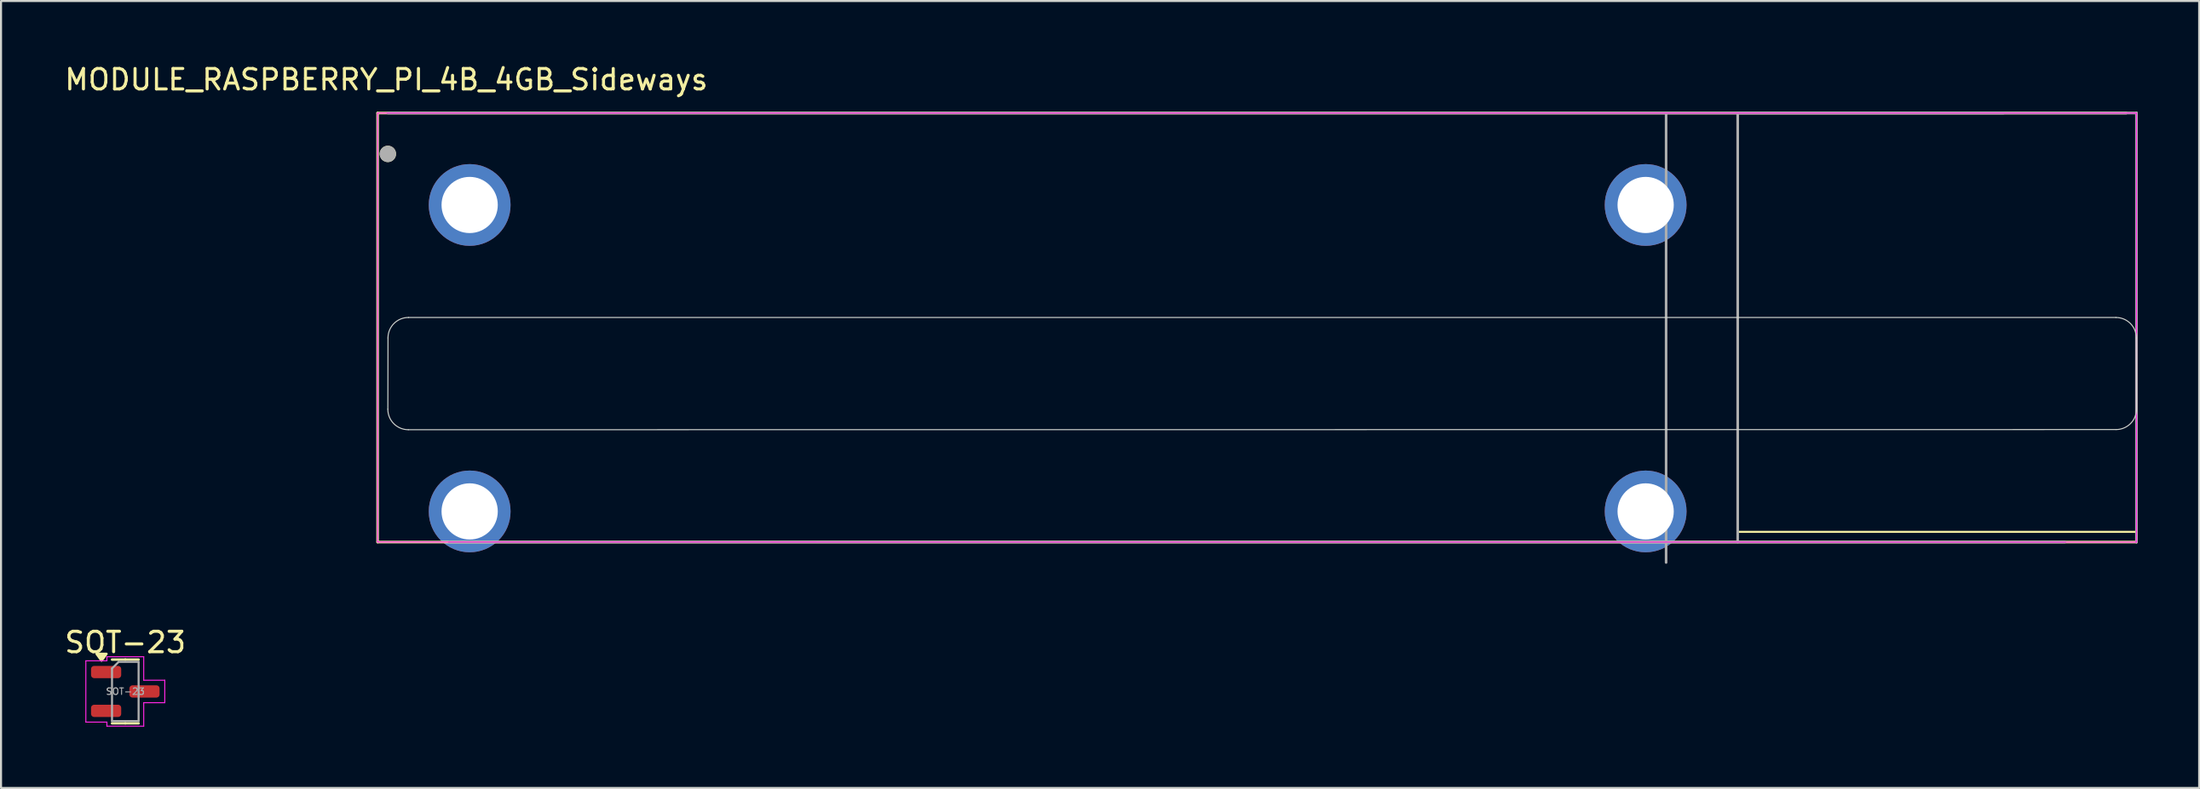
<source format=kicad_pcb>
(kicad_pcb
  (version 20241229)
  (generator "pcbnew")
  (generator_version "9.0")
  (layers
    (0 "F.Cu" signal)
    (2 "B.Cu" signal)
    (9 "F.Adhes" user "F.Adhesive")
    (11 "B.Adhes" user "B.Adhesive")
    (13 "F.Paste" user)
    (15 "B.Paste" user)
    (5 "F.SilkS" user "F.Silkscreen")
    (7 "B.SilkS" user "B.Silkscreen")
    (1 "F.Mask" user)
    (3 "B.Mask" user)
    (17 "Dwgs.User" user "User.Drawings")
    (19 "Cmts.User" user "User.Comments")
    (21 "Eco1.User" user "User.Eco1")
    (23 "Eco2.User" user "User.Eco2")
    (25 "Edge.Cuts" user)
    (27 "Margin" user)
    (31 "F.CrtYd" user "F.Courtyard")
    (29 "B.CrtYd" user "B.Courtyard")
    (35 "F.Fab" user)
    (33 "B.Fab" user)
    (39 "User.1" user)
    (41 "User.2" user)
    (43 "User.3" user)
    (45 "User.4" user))
  (footprint "SOT-23"
    (layer "F.Cu")
    (at 3.077 30.795)
    (property "Reference" "SOT-23" (at 0 -2.4 0) (layer "F.SilkS") (effects (font (size 1 1) (thickness 0.15))))
    (attr smd)
    (fp_line (start 0 -1.56) (end -0.65 -1.56) (stroke (width 0.12) (type solid)) (layer "F.SilkS"))
    (fp_line (start 0 -1.56) (end 0.65 -1.56) (stroke (width 0.12) (type solid)) (layer "F.SilkS"))
    (fp_line (start 0 1.56) (end -0.65 1.56) (stroke (width 0.12) (type solid)) (layer "F.SilkS"))
    (fp_line (start 0 1.56) (end 0.65 1.56) (stroke (width 0.12) (type solid)) (layer "F.SilkS"))
    (fp_poly (pts (xy -1.163 -1.51) (xy -1.403 -1.84) (xy -0.922 -1.84)) (stroke (width 0.12) (type solid)) (fill yes) (layer "F.SilkS"))
    (fp_line (start -1.93 -1.5) (end -0.9 -1.5) (stroke (width 0.05) (type solid)) (layer "F.CrtYd"))
    (fp_line (start -1.93 1.5) (end -1.93 -1.5) (stroke (width 0.05) (type solid)) (layer "F.CrtYd"))
    (fp_line (start -0.9 -1.7) (end 0.9 -1.7) (stroke (width 0.05) (type solid)) (layer "F.CrtYd"))
    (fp_line (start -0.9 -1.5) (end -0.9 -1.7) (stroke (width 0.05) (type solid)) (layer "F.CrtYd"))
    (fp_line (start -0.9 1.5) (end -1.93 1.5) (stroke (width 0.05) (type solid)) (layer "F.CrtYd"))
    (fp_line (start -0.9 1.7) (end -0.9 1.5) (stroke (width 0.05) (type solid)) (layer "F.CrtYd"))
    (fp_line (start 0.9 -1.7) (end 0.9 -0.55) (stroke (width 0.05) (type solid)) (layer "F.CrtYd"))
    (fp_line (start 0.9 -0.55) (end 1.93 -0.55) (stroke (width 0.05) (type solid)) (layer "F.CrtYd"))
    (fp_line (start 0.9 0.55) (end 0.9 1.7) (stroke (width 0.05) (type solid)) (layer "F.CrtYd"))
    (fp_line (start 0.9 1.7) (end -0.9 1.7) (stroke (width 0.05) (type solid)) (layer "F.CrtYd"))
    (fp_line (start 1.93 -0.55) (end 1.93 0.55) (stroke (width 0.05) (type solid)) (layer "F.CrtYd"))
    (fp_line (start 1.93 0.55) (end 0.9 0.55) (stroke (width 0.05) (type solid)) (layer "F.CrtYd"))
    (fp_line (start -0.65 -1.125) (end -0.325 -1.45) (stroke (width 0.1) (type solid)) (layer "F.Fab"))
    (fp_line (start -0.65 1.45) (end -0.65 -1.125) (stroke (width 0.1) (type solid)) (layer "F.Fab"))
    (fp_line (start -0.325 -1.45) (end 0.65 -1.45) (stroke (width 0.1) (type solid)) (layer "F.Fab"))
    (fp_line (start 0.65 -1.45) (end 0.65 1.45) (stroke (width 0.1) (type solid)) (layer "F.Fab"))
    (fp_line (start 0.65 1.45) (end -0.65 1.45) (stroke (width 0.1) (type solid)) (layer "F.Fab"))
    (fp_text user "${REFERENCE}" (at 0 0 0) (layer "F.Fab") (effects (font (size 0.32 0.32) (thickness 0.05))))
    (pad "1" smd roundrect (at -0.938 -0.95) (size 1.475 0.6) (layers "F.Cu" "F.Mask" "F.Paste") (roundrect_rratio 0.25))
    (pad "2" smd roundrect (at -0.938 0.95) (size 1.475 0.6) (layers "F.Cu" "F.Mask" "F.Paste") (roundrect_rratio 0.25))
    (pad "3" smd roundrect (at 0.938 0) (size 1.475 0.6) (layers "F.Cu" "F.Mask" "F.Paste") (roundrect_rratio 0.25)))
  (footprint "MODULE_RASPBERRY_PI_4B_4GB_Sideways"
    (layer "F.Cu")
    (at 58.414 15.483)
    (property "Reference" "MODULE_RASPBERRY_PI_4B_4GB_Sideways" (at -42.575 -14.635 0) (layer "F.SilkS") (effects (font (size 1 1) (thickness 0.15))))
    (attr through_hole exclude_from_bom)
    (fp_line (start -43 -13) (end -43 8) (stroke (width 0.127) (type solid)) (layer "F.SilkS"))
    (fp_line (start -43 8) (end 43 8) (stroke (width 0.127) (type solid)) (layer "F.SilkS"))
    (fp_line (start 42.5 -13) (end -43 -13) (stroke (width 0.127) (type solid)) (layer "F.SilkS"))
    (fp_line (start 43 8) (end 43 -13) (stroke (width 0.127) (type solid)) (layer "F.SilkS"))
    (fp_rect (start 23.5 -13) (end 43 7.5) (stroke (width 0.1) (type default)) (fill no) (layer "F.SilkS"))
    (fp_circle (center -42.5 -11) (end -42.3 -11) (stroke (width 0.4) (type solid)) (fill no) (layer "F.SilkS"))
    (fp_line (start -42.5 1.5) (end -42.493 -1.993) (stroke (width 0.05) (type solid)) (layer "Edge.Cuts"))
    (fp_line (start 41.993 -2.993) (end -41.493 -2.993) (stroke (width 0.05) (type solid)) (layer "Edge.Cuts"))
    (fp_line (start 41.993 2.493) (end -41.5 2.5) (stroke (width 0.05) (type solid)) (layer "Edge.Cuts"))
    (fp_line (start 43 1.493) (end 42.993 -1.993) (stroke (width 0.05) (type solid)) (layer "Edge.Cuts"))
    (fp_arc (start -42.492893 -1.992893) (mid -42.2 -2.7) (end -41.492893 -2.992893) (stroke (width 0.05) (type solid)) (layer "Edge.Cuts"))
    (fp_arc (start -41.5 2.5) (mid -42.207107 2.207107) (end -42.5 1.5) (stroke (width 0.05) (type solid)) (layer "Edge.Cuts"))
    (fp_arc (start 41.992893 -2.992893) (mid 42.700002 -2.700002) (end 42.992893 -1.992893) (stroke (width 0.05) (type solid)) (layer "Edge.Cuts"))
    (fp_arc (start 43 1.492893) (mid 42.707109 2.200004) (end 42 2.492893) (stroke (width 0.05) (type solid)) (layer "Edge.Cuts"))
    (fp_line (start -43 -13) (end 43 -13) (stroke (width 0.05) (type solid)) (layer "F.CrtYd"))
    (fp_line (start -43 8) (end -43 -13) (stroke (width 0.05) (type solid)) (layer "F.CrtYd"))
    (fp_line (start 43 -13) (end 43 8) (stroke (width 0.05) (type solid)) (layer "F.CrtYd"))
    (fp_line (start 43 8.002) (end -43 7.997) (stroke (width 0.05) (type solid)) (layer "F.CrtYd"))
    (fp_line (start -39.5 8) (end 39.5 8) (stroke (width 0.127) (type solid)) (layer "F.Fab"))
    (fp_line (start 20 -13) (end 20 9) (stroke (width 0.127) (type solid)) (layer "F.Fab"))
    (fp_line (start 23.5 -13) (end 23.5 8) (stroke (width 0.127) (type solid)) (layer "F.Fab"))
    (fp_line (start 36.5 -13) (end -42.5 -13) (stroke (width 0.127) (type solid)) (layer "F.Fab"))
    (fp_line (start 43 -13) (end 23.5 -13) (stroke (width 0.127) (type solid)) (layer "F.Fab"))
    (fp_line (start 43 8) (end 43 -13) (stroke (width 0.127) (type solid)) (layer "F.Fab"))
    (fp_circle (center -42.5 -11) (end -42.3 -11) (stroke (width 0.4) (type solid)) (fill no) (layer "F.Fab"))
    (pad "S1" thru_hole circle (at -38.5 -8.5) (size 4 4) (drill 2.75) (layers "*.Cu" "*.Mask"))
    (pad "S2" thru_hole circle (at 19 -8.5) (size 4 4) (drill 2.75) (layers "*.Cu" "*.Mask"))
    (pad "S3" thru_hole circle (at -38.5 6.5) (size 4 4) (drill 2.75) (layers "*.Cu" "*.Mask"))
    (pad "S3" thru_hole circle (at 19 6.5) (size 4 4) (drill 2.75) (layers "*.Cu" "*.Mask")))
  (gr_rect
    (start -3 -3)
    (end 104.478 35.52)
    (stroke (width 0.1) (type default))
    (fill no)
    (layer "Edge.Cuts")))
</source>
